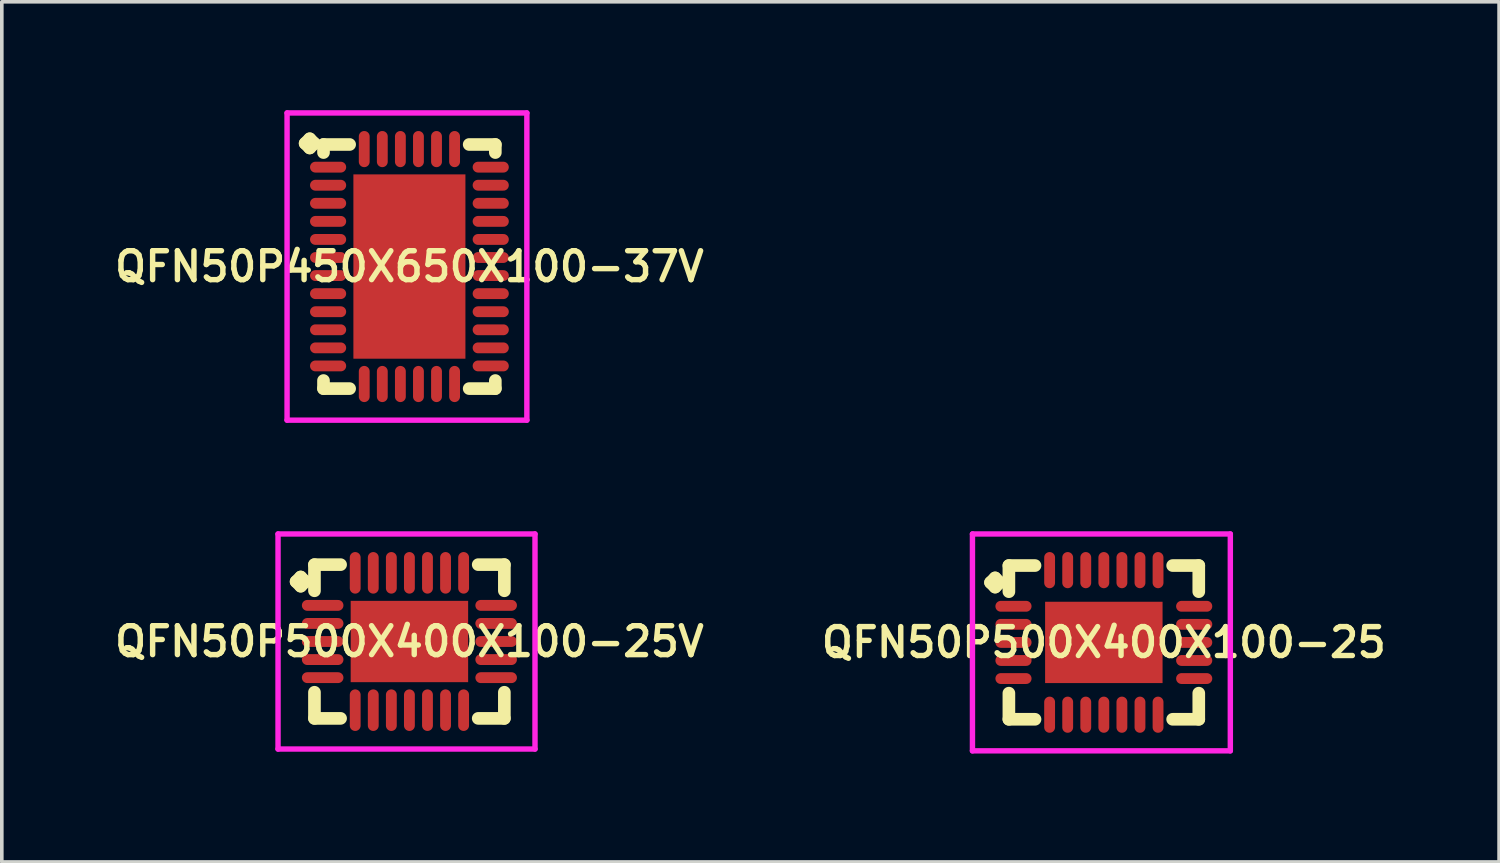
<source format=kicad_pcb>
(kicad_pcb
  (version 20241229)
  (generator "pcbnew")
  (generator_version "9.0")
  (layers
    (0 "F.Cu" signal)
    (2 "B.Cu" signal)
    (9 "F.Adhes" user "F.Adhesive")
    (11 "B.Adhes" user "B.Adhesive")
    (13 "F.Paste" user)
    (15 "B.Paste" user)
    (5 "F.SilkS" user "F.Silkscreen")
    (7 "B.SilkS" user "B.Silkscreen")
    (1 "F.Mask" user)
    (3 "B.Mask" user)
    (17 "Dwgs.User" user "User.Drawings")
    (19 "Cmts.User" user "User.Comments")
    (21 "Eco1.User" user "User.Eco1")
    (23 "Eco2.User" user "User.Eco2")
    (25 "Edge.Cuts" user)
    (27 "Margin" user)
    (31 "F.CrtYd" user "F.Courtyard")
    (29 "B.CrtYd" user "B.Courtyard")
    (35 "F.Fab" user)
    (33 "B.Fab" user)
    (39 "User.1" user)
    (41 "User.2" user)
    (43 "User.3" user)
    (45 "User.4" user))
  (footprint "QFN50P500X400X100-25"
    (layer "F.Cu")
    (at 27.492 14.725)
    (property "Reference" "QFN50P500X400X100-25" (at 0 0 0) (layer "F.SilkS") (effects (font (size 0.8 0.8) (thickness 0.15))))
    (attr smd)
    (fp_line (start -3.135 -1.658) (end -3.008 -1.785) (stroke (width 0.35) (type solid)) (layer "F.SilkS"))
    (fp_line (start -3.008 -1.785) (end -2.881 -1.658) (stroke (width 0.35) (type solid)) (layer "F.SilkS"))
    (fp_line (start -3.008 -1.531) (end -3.135 -1.658) (stroke (width 0.35) (type solid)) (layer "F.SilkS"))
    (fp_line (start -2.881 -1.658) (end -3.008 -1.531) (stroke (width 0.35) (type solid)) (layer "F.SilkS"))
    (fp_line (start -2.627 -2.127) (end -1.904 -2.127) (stroke (width 0.35) (type solid)) (layer "F.SilkS"))
    (fp_line (start -2.627 -1.404) (end -2.627 -2.127) (stroke (width 0.35) (type solid)) (layer "F.SilkS"))
    (fp_line (start -2.627 1.404) (end -2.627 2.127) (stroke (width 0.35) (type solid)) (layer "F.SilkS"))
    (fp_line (start -2.627 2.127) (end -1.904 2.127) (stroke (width 0.35) (type solid)) (layer "F.SilkS"))
    (fp_line (start 1.904 -2.127) (end 2.627 -2.127) (stroke (width 0.35) (type solid)) (layer "F.SilkS"))
    (fp_line (start 1.904 2.127) (end 2.627 2.127) (stroke (width 0.35) (type solid)) (layer "F.SilkS"))
    (fp_line (start 2.627 -2.127) (end 2.627 -1.404) (stroke (width 0.35) (type solid)) (layer "F.SilkS"))
    (fp_line (start 2.627 2.127) (end 2.627 1.404) (stroke (width 0.35) (type solid)) (layer "F.SilkS"))
    (fp_line (start -3.635 -3) (end 3.5 -3) (stroke (width 0.15) (type solid)) (layer "F.CrtYd"))
    (fp_line (start -3.635 3) (end -3.635 -3) (stroke (width 0.15) (type solid)) (layer "F.CrtYd"))
    (fp_line (start 3.5 -3) (end 3.5 3) (stroke (width 0.15) (type solid)) (layer "F.CrtYd"))
    (fp_line (start 3.5 3) (end -3.635 3) (stroke (width 0.15) (type solid)) (layer "F.CrtYd"))
    (pad "1" smd oval (at -2.5 -1) (size 1 0.3) (layers "F.Cu" "F.Mask" "F.Paste"))
    (pad "2" smd oval (at -2.5 -0.5) (size 1 0.3) (layers "F.Cu" "F.Mask" "F.Paste"))
    (pad "3" smd oval (at -2.5 0) (size 1 0.3) (layers "F.Cu" "F.Mask" "F.Paste"))
    (pad "4" smd oval (at -2.5 0.5) (size 1 0.3) (layers "F.Cu" "F.Mask" "F.Paste"))
    (pad "5" smd oval (at -2.5 1) (size 1 0.3) (layers "F.Cu" "F.Mask" "F.Paste"))
    (pad "6" smd oval (at -1.5 2) (size 0.3 1) (layers "F.Cu" "F.Mask" "F.Paste"))
    (pad "7" smd oval (at -1 2) (size 0.3 1) (layers "F.Cu" "F.Mask" "F.Paste"))
    (pad "8" smd oval (at -0.5 2) (size 0.3 1) (layers "F.Cu" "F.Mask" "F.Paste"))
    (pad "9" smd oval (at 0 2) (size 0.3 1) (layers "F.Cu" "F.Mask" "F.Paste"))
    (pad "10" smd oval (at 0.5 2) (size 0.3 1) (layers "F.Cu" "F.Mask" "F.Paste"))
    (pad "11" smd oval (at 1 2) (size 0.3 1) (layers "F.Cu" "F.Mask" "F.Paste"))
    (pad "12" smd oval (at 1.5 2) (size 0.3 1) (layers "F.Cu" "F.Mask" "F.Paste"))
    (pad "13" smd oval (at 2.5 1) (size 1 0.3) (layers "F.Cu" "F.Mask" "F.Paste"))
    (pad "14" smd oval (at 2.5 0.5) (size 1 0.3) (layers "F.Cu" "F.Mask" "F.Paste"))
    (pad "15" smd oval (at 2.5 0) (size 1 0.3) (layers "F.Cu" "F.Mask" "F.Paste"))
    (pad "16" smd oval (at 2.5 -0.5) (size 1 0.3) (layers "F.Cu" "F.Mask" "F.Paste"))
    (pad "17" smd oval (at 2.5 -1) (size 1 0.3) (layers "F.Cu" "F.Mask" "F.Paste"))
    (pad "18" smd oval (at 1.5 -2) (size 0.3 1) (layers "F.Cu" "F.Mask" "F.Paste"))
    (pad "19" smd oval (at 1 -2) (size 0.3 1) (layers "F.Cu" "F.Mask" "F.Paste"))
    (pad "20" smd oval (at 0.5 -2) (size 0.3 1) (layers "F.Cu" "F.Mask" "F.Paste"))
    (pad "21" smd oval (at 0 -2) (size 0.3 1) (layers "F.Cu" "F.Mask" "F.Paste"))
    (pad "22" smd oval (at -0.5 -2) (size 0.3 1) (layers "F.Cu" "F.Mask" "F.Paste"))
    (pad "23" smd oval (at -1 -2) (size 0.3 1) (layers "F.Cu" "F.Mask" "F.Paste"))
    (pad "24" smd oval (at -1.5 -2) (size 0.3 1) (layers "F.Cu" "F.Mask" "F.Paste"))
    (pad "25" smd rect (at 0 0) (size 3.25 2.25) (layers "F.Cu" "F.Mask" "F.Paste")))
  (footprint "QFN50P450X650X100-37V"
    (layer "F.Cu")
    (at 8.278 4.325)
    (property "Reference" "QFN50P450X650X100-37V" (at 0 0 0) (layer "F.SilkS") (effects (font (size 0.8 0.8) (thickness 0.15))))
    (attr smd)
    (fp_line (start -2.885 -3.408) (end -2.758 -3.535) (stroke (width 0.35) (type solid)) (layer "F.SilkS"))
    (fp_line (start -2.758 -3.535) (end -2.631 -3.408) (stroke (width 0.35) (type solid)) (layer "F.SilkS"))
    (fp_line (start -2.758 -3.281) (end -2.885 -3.408) (stroke (width 0.35) (type solid)) (layer "F.SilkS"))
    (fp_line (start -2.631 -3.408) (end -2.758 -3.281) (stroke (width 0.35) (type solid)) (layer "F.SilkS"))
    (fp_line (start -2.377 -3.377) (end -1.654 -3.377) (stroke (width 0.35) (type solid)) (layer "F.SilkS"))
    (fp_line (start -2.377 -3.154) (end -2.377 -3.377) (stroke (width 0.35) (type solid)) (layer "F.SilkS"))
    (fp_line (start -2.377 3.154) (end -2.377 3.377) (stroke (width 0.35) (type solid)) (layer "F.SilkS"))
    (fp_line (start -2.377 3.377) (end -1.654 3.377) (stroke (width 0.35) (type solid)) (layer "F.SilkS"))
    (fp_line (start 1.654 -3.377) (end 2.377 -3.377) (stroke (width 0.35) (type solid)) (layer "F.SilkS"))
    (fp_line (start 1.654 3.377) (end 2.377 3.377) (stroke (width 0.35) (type solid)) (layer "F.SilkS"))
    (fp_line (start 2.377 -3.377) (end 2.377 -3.154) (stroke (width 0.35) (type solid)) (layer "F.SilkS"))
    (fp_line (start 2.377 3.377) (end 2.377 3.154) (stroke (width 0.35) (type solid)) (layer "F.SilkS"))
    (fp_line (start -3.385 -4.25) (end 3.25 -4.25) (stroke (width 0.15) (type solid)) (layer "F.CrtYd"))
    (fp_line (start -3.385 4.25) (end -3.385 -4.25) (stroke (width 0.15) (type solid)) (layer "F.CrtYd"))
    (fp_line (start 3.25 -4.25) (end 3.25 4.25) (stroke (width 0.15) (type solid)) (layer "F.CrtYd"))
    (fp_line (start 3.25 4.25) (end -3.385 4.25) (stroke (width 0.15) (type solid)) (layer "F.CrtYd"))
    (pad "1" smd oval (at -2.25 -2.75) (size 1 0.3) (layers "F.Cu" "F.Mask" "F.Paste"))
    (pad "2" smd oval (at -2.25 -2.25) (size 1 0.3) (layers "F.Cu" "F.Mask" "F.Paste"))
    (pad "3" smd oval (at -2.25 -1.75) (size 1 0.3) (layers "F.Cu" "F.Mask" "F.Paste"))
    (pad "4" smd oval (at -2.25 -1.25) (size 1 0.3) (layers "F.Cu" "F.Mask" "F.Paste"))
    (pad "5" smd oval (at -2.25 -0.75) (size 1 0.3) (layers "F.Cu" "F.Mask" "F.Paste"))
    (pad "6" smd oval (at -2.25 -0.25) (size 1 0.3) (layers "F.Cu" "F.Mask" "F.Paste"))
    (pad "7" smd oval (at -2.25 0.25) (size 1 0.3) (layers "F.Cu" "F.Mask" "F.Paste"))
    (pad "8" smd oval (at -2.25 0.75) (size 1 0.3) (layers "F.Cu" "F.Mask" "F.Paste"))
    (pad "9" smd oval (at -2.25 1.25) (size 1 0.3) (layers "F.Cu" "F.Mask" "F.Paste"))
    (pad "10" smd oval (at -2.25 1.75) (size 1 0.3) (layers "F.Cu" "F.Mask" "F.Paste"))
    (pad "11" smd oval (at -2.25 2.25) (size 1 0.3) (layers "F.Cu" "F.Mask" "F.Paste"))
    (pad "12" smd oval (at -2.25 2.75) (size 1 0.3) (layers "F.Cu" "F.Mask" "F.Paste"))
    (pad "13" smd oval (at -1.25 3.25) (size 0.3 1) (layers "F.Cu" "F.Mask" "F.Paste"))
    (pad "14" smd oval (at -0.75 3.25) (size 0.3 1) (layers "F.Cu" "F.Mask" "F.Paste"))
    (pad "15" smd oval (at -0.25 3.25) (size 0.3 1) (layers "F.Cu" "F.Mask" "F.Paste"))
    (pad "16" smd oval (at 0.25 3.25) (size 0.3 1) (layers "F.Cu" "F.Mask" "F.Paste"))
    (pad "17" smd oval (at 0.75 3.25) (size 0.3 1) (layers "F.Cu" "F.Mask" "F.Paste"))
    (pad "18" smd oval (at 1.25 3.25) (size 0.3 1) (layers "F.Cu" "F.Mask" "F.Paste"))
    (pad "19" smd oval (at 2.25 2.75) (size 1 0.3) (layers "F.Cu" "F.Mask" "F.Paste"))
    (pad "20" smd oval (at 2.25 2.25) (size 1 0.3) (layers "F.Cu" "F.Mask" "F.Paste"))
    (pad "21" smd oval (at 2.25 1.75) (size 1 0.3) (layers "F.Cu" "F.Mask" "F.Paste"))
    (pad "22" smd oval (at 2.25 1.25) (size 1 0.3) (layers "F.Cu" "F.Mask" "F.Paste"))
    (pad "23" smd oval (at 2.25 0.75) (size 1 0.3) (layers "F.Cu" "F.Mask" "F.Paste"))
    (pad "24" smd oval (at 2.25 0.25) (size 1 0.3) (layers "F.Cu" "F.Mask" "F.Paste"))
    (pad "25" smd oval (at 2.25 -0.25) (size 1 0.3) (layers "F.Cu" "F.Mask" "F.Paste"))
    (pad "26" smd oval (at 2.25 -0.75) (size 1 0.3) (layers "F.Cu" "F.Mask" "F.Paste"))
    (pad "27" smd oval (at 2.25 -1.25) (size 1 0.3) (layers "F.Cu" "F.Mask" "F.Paste"))
    (pad "28" smd oval (at 2.25 -1.75) (size 1 0.3) (layers "F.Cu" "F.Mask" "F.Paste"))
    (pad "29" smd oval (at 2.25 -2.25) (size 1 0.3) (layers "F.Cu" "F.Mask" "F.Paste"))
    (pad "30" smd oval (at 2.25 -2.75) (size 1 0.3) (layers "F.Cu" "F.Mask" "F.Paste"))
    (pad "31" smd oval (at 1.25 -3.25) (size 0.3 1) (layers "F.Cu" "F.Mask" "F.Paste"))
    (pad "32" smd oval (at 0.75 -3.25) (size 0.3 1) (layers "F.Cu" "F.Mask" "F.Paste"))
    (pad "33" smd oval (at 0.25 -3.25) (size 0.3 1) (layers "F.Cu" "F.Mask" "F.Paste"))
    (pad "34" smd oval (at -0.25 -3.25) (size 0.3 1) (layers "F.Cu" "F.Mask" "F.Paste"))
    (pad "35" smd oval (at -0.75 -3.25) (size 0.3 1) (layers "F.Cu" "F.Mask" "F.Paste"))
    (pad "36" smd oval (at -1.25 -3.25) (size 0.3 1) (layers "F.Cu" "F.Mask" "F.Paste"))
    (pad "37" smd rect (at 0 0) (size 3.1 5.1) (layers "F.Cu" "F.Mask" "F.Paste")))
  (footprint "QFN50P500X400X100-25V"
    (layer "F.Cu")
    (at 8.278 14.7)
    (property "Reference" "QFN50P500X400X100-25V" (at 0 0 0) (layer "F.SilkS") (effects (font (size 0.8 0.8) (thickness 0.15))))
    (attr smd)
    (fp_line (start -3.135 -1.658) (end -3.008 -1.785) (stroke (width 0.35) (type solid)) (layer "F.SilkS"))
    (fp_line (start -3.008 -1.785) (end -2.881 -1.658) (stroke (width 0.35) (type solid)) (layer "F.SilkS"))
    (fp_line (start -3.008 -1.531) (end -3.135 -1.658) (stroke (width 0.35) (type solid)) (layer "F.SilkS"))
    (fp_line (start -2.881 -1.658) (end -3.008 -1.531) (stroke (width 0.35) (type solid)) (layer "F.SilkS"))
    (fp_line (start -2.627 -2.127) (end -1.904 -2.127) (stroke (width 0.35) (type solid)) (layer "F.SilkS"))
    (fp_line (start -2.627 -1.404) (end -2.627 -2.127) (stroke (width 0.35) (type solid)) (layer "F.SilkS"))
    (fp_line (start -2.627 1.404) (end -2.627 2.127) (stroke (width 0.35) (type solid)) (layer "F.SilkS"))
    (fp_line (start -2.627 2.127) (end -1.904 2.127) (stroke (width 0.35) (type solid)) (layer "F.SilkS"))
    (fp_line (start 1.904 -2.127) (end 2.627 -2.127) (stroke (width 0.35) (type solid)) (layer "F.SilkS"))
    (fp_line (start 1.904 2.127) (end 2.627 2.127) (stroke (width 0.35) (type solid)) (layer "F.SilkS"))
    (fp_line (start 2.627 -2.127) (end 2.627 -1.404) (stroke (width 0.35) (type solid)) (layer "F.SilkS"))
    (fp_line (start 2.627 2.127) (end 2.627 1.404) (stroke (width 0.35) (type solid)) (layer "F.SilkS"))
    (fp_line (start -3.635 -2.975) (end 3.475 -2.975) (stroke (width 0.15) (type solid)) (layer "F.CrtYd"))
    (fp_line (start -3.635 2.975) (end -3.635 -2.975) (stroke (width 0.15) (type solid)) (layer "F.CrtYd"))
    (fp_line (start 3.475 -2.975) (end 3.475 2.975) (stroke (width 0.15) (type solid)) (layer "F.CrtYd"))
    (fp_line (start 3.475 2.975) (end -3.635 2.975) (stroke (width 0.15) (type solid)) (layer "F.CrtYd"))
    (pad "1" smd oval (at -2.4 -1) (size 1.15 0.3) (layers "F.Cu" "F.Mask" "F.Paste"))
    (pad "2" smd oval (at -2.4 -0.5) (size 1.15 0.3) (layers "F.Cu" "F.Mask" "F.Paste"))
    (pad "3" smd oval (at -2.4 0) (size 1.15 0.3) (layers "F.Cu" "F.Mask" "F.Paste"))
    (pad "4" smd oval (at -2.4 0.5) (size 1.15 0.3) (layers "F.Cu" "F.Mask" "F.Paste"))
    (pad "5" smd oval (at -2.4 1) (size 1.15 0.3) (layers "F.Cu" "F.Mask" "F.Paste"))
    (pad "6" smd oval (at -1.5 1.9) (size 0.3 1.15) (layers "F.Cu" "F.Mask" "F.Paste"))
    (pad "7" smd oval (at -1 1.9) (size 0.3 1.15) (layers "F.Cu" "F.Mask" "F.Paste"))
    (pad "8" smd oval (at -0.5 1.9) (size 0.3 1.15) (layers "F.Cu" "F.Mask" "F.Paste"))
    (pad "9" smd oval (at 0 1.9) (size 0.3 1.15) (layers "F.Cu" "F.Mask" "F.Paste"))
    (pad "10" smd oval (at 0.5 1.9) (size 0.3 1.15) (layers "F.Cu" "F.Mask" "F.Paste"))
    (pad "11" smd oval (at 1 1.9) (size 0.3 1.15) (layers "F.Cu" "F.Mask" "F.Paste"))
    (pad "12" smd oval (at 1.5 1.9) (size 0.3 1.15) (layers "F.Cu" "F.Mask" "F.Paste"))
    (pad "13" smd oval (at 2.4 1) (size 1.15 0.3) (layers "F.Cu" "F.Mask" "F.Paste"))
    (pad "14" smd oval (at 2.4 0.5) (size 1.15 0.3) (layers "F.Cu" "F.Mask" "F.Paste"))
    (pad "15" smd oval (at 2.4 0) (size 1.15 0.3) (layers "F.Cu" "F.Mask" "F.Paste"))
    (pad "16" smd oval (at 2.4 -0.5) (size 1.15 0.3) (layers "F.Cu" "F.Mask" "F.Paste"))
    (pad "17" smd oval (at 2.4 -1) (size 1.15 0.3) (layers "F.Cu" "F.Mask" "F.Paste"))
    (pad "18" smd oval (at 1.5 -1.9) (size 0.3 1.15) (layers "F.Cu" "F.Mask" "F.Paste"))
    (pad "19" smd oval (at 1 -1.9) (size 0.3 1.15) (layers "F.Cu" "F.Mask" "F.Paste"))
    (pad "20" smd oval (at 0.5 -1.9) (size 0.3 1.15) (layers "F.Cu" "F.Mask" "F.Paste"))
    (pad "21" smd oval (at 0 -1.9) (size 0.3 1.15) (layers "F.Cu" "F.Mask" "F.Paste"))
    (pad "22" smd oval (at -0.5 -1.9) (size 0.3 1.15) (layers "F.Cu" "F.Mask" "F.Paste"))
    (pad "23" smd oval (at -1 -1.9) (size 0.3 1.15) (layers "F.Cu" "F.Mask" "F.Paste"))
    (pad "24" smd oval (at -1.5 -1.9) (size 0.3 1.15) (layers "F.Cu" "F.Mask" "F.Paste"))
    (pad "25" smd rect (at 0 0) (size 3.25 2.25) (layers "F.Cu" "F.Mask" "F.Paste")))
  (gr_rect
    (start -3 -3)
    (end 38.428 20.8)
    (stroke (width 0.1) (type default))
    (fill no)
    (layer "Edge.Cuts")))
</source>
